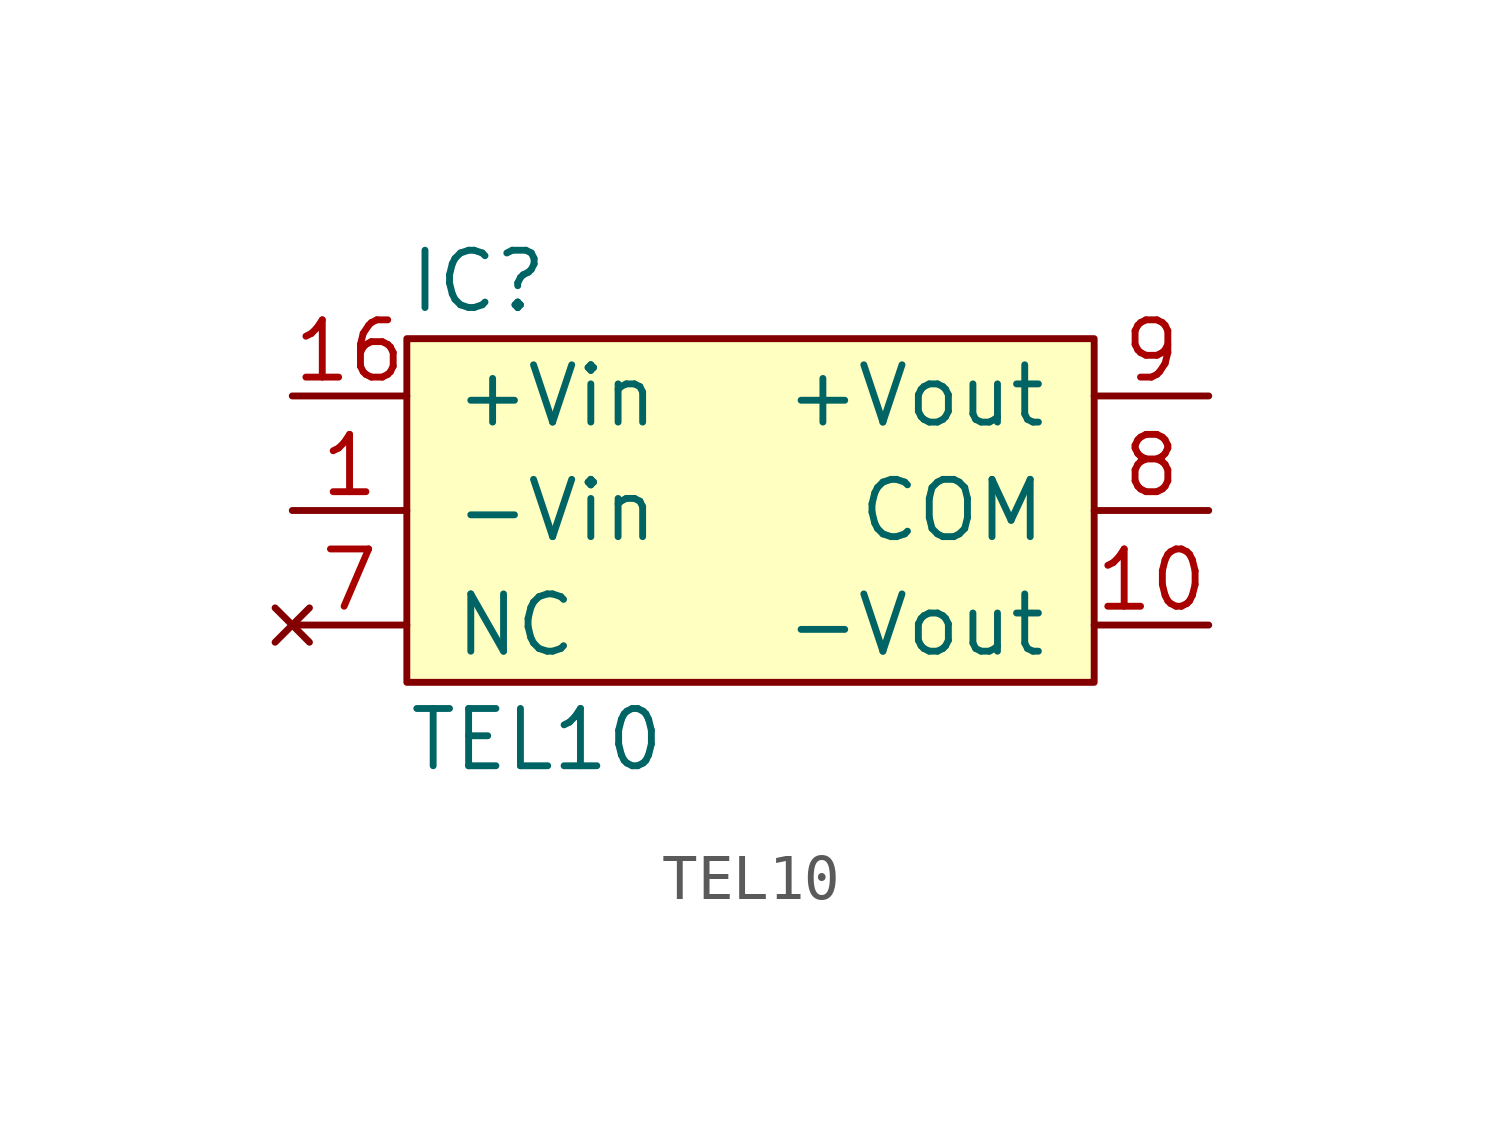
<source format=kicad_sym>
(kicad_symbol_lib
  (version 20211014)
  (generator agg_kicad.build_lib_ic)
  (symbol "TEL10"
    (pin_names
      (offset 1.016))
    (property Reference IC
      (at -7.62 5.08 0)
      (effects (font (size 1.27 1.27)) (justify left)))
    (property Value "TEL10"
      (at -7.62 -5.08 0)
      (effects (font (size 1.27 1.27)) (justify left)))
    (symbol "TEL10_0_0"
      (rectangle (start -7.62 3.81) (end 7.62 -3.81) (stroke (width 0) (type default) (color 0 0 0 0)) (fill (type background)))
      (pin power_in line (at -10.16 2.54 0) (length 2.54) (name "+Vin" (effects (font (size 1.27 1.27)))) (number "16" (effects (font (size 1.27 1.27)))))
      (pin power_in line (at -10.16 0 0) (length 2.54) (name -Vin (effects (font (size 1.27 1.27)))) (number "1" (effects (font (size 1.27 1.27)))))
      (pin no_connect line (at -10.16 -2.54 0) (length 2.54) (name NC (effects (font (size 1.27 1.27)))) (number "7" (effects (font (size 1.27 1.27)))))
      (pin power_out line (at 10.16 2.54 180) (length 2.54) (name "+Vout" (effects (font (size 1.27 1.27)))) (number "9" (effects (font (size 1.27 1.27)))))
      (pin power_in line (at 10.16 0 180) (length 2.54) (name COM (effects (font (size 1.27 1.27)))) (number "8" (effects (font (size 1.27 1.27)))))
      (pin power_out line (at 10.16 -2.54 180) (length 2.54) (name -Vout (effects (font (size 1.27 1.27)))) (number "10" (effects (font (size 1.27 1.27))))))))
</source>
